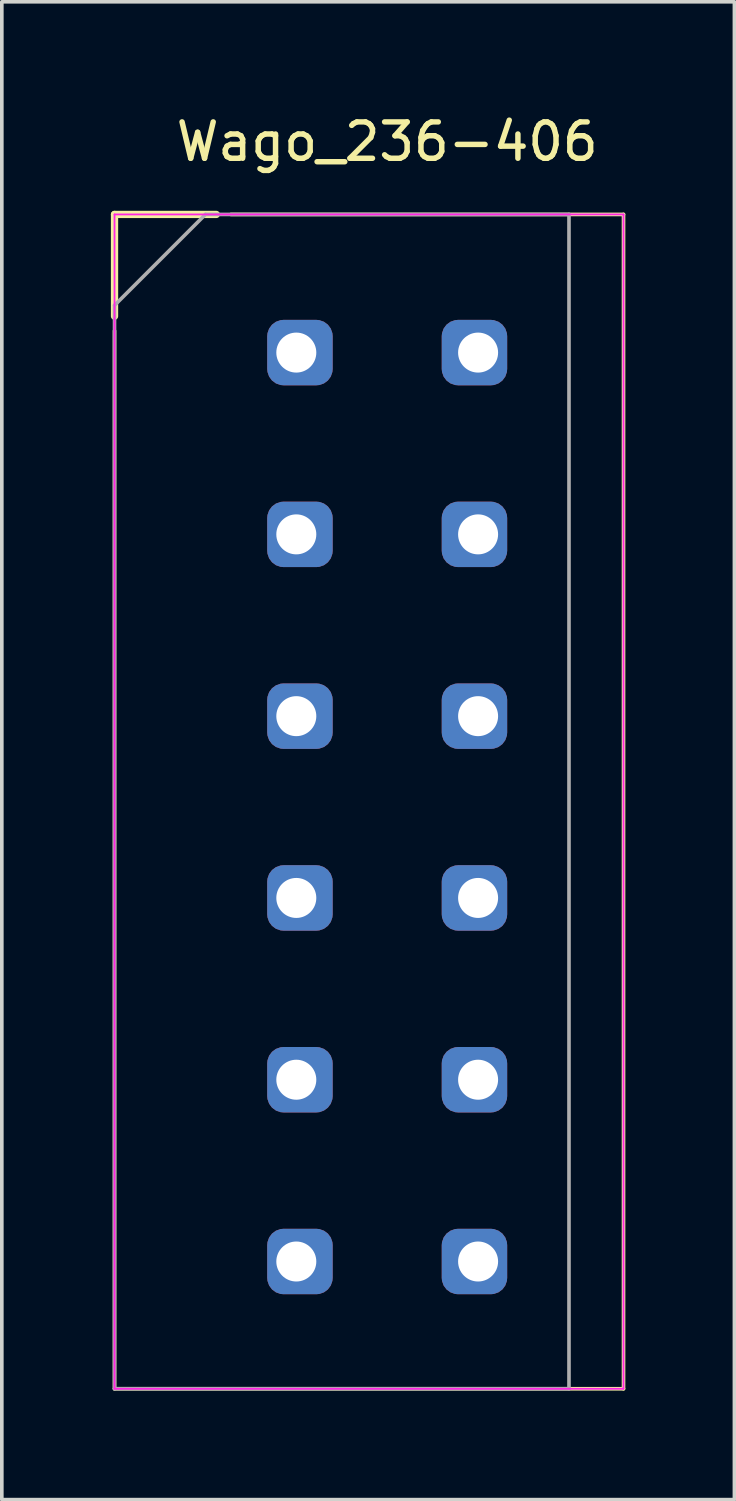
<source format=kicad_pcb>
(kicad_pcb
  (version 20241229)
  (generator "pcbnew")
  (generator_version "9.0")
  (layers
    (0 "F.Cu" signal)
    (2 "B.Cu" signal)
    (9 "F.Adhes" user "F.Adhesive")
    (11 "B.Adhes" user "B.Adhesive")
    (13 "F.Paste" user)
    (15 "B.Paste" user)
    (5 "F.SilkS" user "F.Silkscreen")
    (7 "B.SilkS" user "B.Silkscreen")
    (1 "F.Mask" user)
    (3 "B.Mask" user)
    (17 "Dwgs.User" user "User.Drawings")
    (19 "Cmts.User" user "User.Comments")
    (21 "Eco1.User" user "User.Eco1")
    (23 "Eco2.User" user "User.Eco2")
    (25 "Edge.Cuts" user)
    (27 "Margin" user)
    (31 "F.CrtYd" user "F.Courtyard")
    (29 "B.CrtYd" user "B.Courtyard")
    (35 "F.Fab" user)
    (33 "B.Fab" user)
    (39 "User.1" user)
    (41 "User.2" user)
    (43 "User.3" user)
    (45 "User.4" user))
  (footprint "Wago_236-406"
    (layer "F.Cu")
    (at 7.6 6.648)
    (property "Reference" "Wago_236-406" (at 0 -5.8 0) (layer "F.SilkS") (effects (font (size 1 1) (thickness 0.15))))
    (attr through_hole)
    (fp_line (start -7.5 -3.8) (end -7.5 -1) (stroke (width 0.2) (type solid)) (layer "F.SilkS"))
    (fp_line (start -7.5 -3.8) (end -4.7 -3.8) (stroke (width 0.2) (type solid)) (layer "F.SilkS"))
    (fp_line (start -7.5 28.5) (end -7.5 -0.6) (stroke (width 0.1) (type solid)) (layer "F.SilkS"))
    (fp_line (start -4.3 -3.8) (end 6.5 -3.8) (stroke (width 0.1) (type solid)) (layer "F.SilkS"))
    (fp_line (start 6.5 -3.8) (end 6.5 28.5) (stroke (width 0.1) (type solid)) (layer "F.SilkS"))
    (fp_line (start 6.5 28.5) (end -7.5 28.5) (stroke (width 0.1) (type solid)) (layer "F.SilkS"))
    (fp_line (start -7.5 -3.8) (end 6.5 -3.8) (stroke (width 0.05) (type solid)) (layer "F.CrtYd"))
    (fp_line (start -7.5 28.5) (end -7.5 -3.8) (stroke (width 0.05) (type solid)) (layer "F.CrtYd"))
    (fp_line (start 6.5 -3.8) (end 6.5 28.5) (stroke (width 0.05) (type solid)) (layer "F.CrtYd"))
    (fp_line (start 6.5 28.5) (end -7.5 28.5) (stroke (width 0.05) (type solid)) (layer "F.CrtYd"))
    (fp_line (start -7.5 -1.3) (end -5 -3.8) (stroke (width 0.1) (type solid)) (layer "F.Fab"))
    (fp_line (start -7.5 28.5) (end -7.5 -1.3) (stroke (width 0.1) (type solid)) (layer "F.Fab"))
    (fp_line (start -5 -3.8) (end 5 -3.8) (stroke (width 0.1) (type solid)) (layer "F.Fab"))
    (fp_line (start 5 -3.8) (end 5 28.5) (stroke (width 0.1) (type solid)) (layer "F.Fab"))
    (fp_line (start 5 28.5) (end -7.5 28.5) (stroke (width 0.1) (type solid)) (layer "F.Fab"))
    (pad "1" thru_hole roundrect (at -2.5 0) (size 1.8 1.8) (drill 1.1 (offset 0.1 0)) (layers "*.Cu" "*.Mask") (roundrect_rratio 0.25))
    (pad "1" thru_hole roundrect (at 2.5 0) (size 1.8 1.8) (drill 1.1 (offset -0.1 0)) (layers "*.Cu" "*.Mask") (roundrect_rratio 0.25))
    (pad "2" thru_hole roundrect (at -2.5 5) (size 1.8 1.8) (drill 1.1 (offset 0.1 0)) (layers "*.Cu" "*.Mask") (roundrect_rratio 0.25))
    (pad "2" thru_hole roundrect (at 2.5 5) (size 1.8 1.8) (drill 1.1 (offset -0.1 0)) (layers "*.Cu" "*.Mask") (roundrect_rratio 0.25))
    (pad "3" thru_hole roundrect (at -2.5 10) (size 1.8 1.8) (drill 1.1 (offset 0.1 0)) (layers "*.Cu" "*.Mask") (roundrect_rratio 0.25))
    (pad "3" thru_hole roundrect (at 2.5 10) (size 1.8 1.8) (drill 1.1 (offset -0.1 0)) (layers "*.Cu" "*.Mask") (roundrect_rratio 0.25))
    (pad "4" thru_hole roundrect (at -2.5 15) (size 1.8 1.8) (drill 1.1 (offset 0.1 0)) (layers "*.Cu" "*.Mask") (roundrect_rratio 0.25))
    (pad "4" thru_hole roundrect (at 2.5 15) (size 1.8 1.8) (drill 1.1 (offset -0.1 0)) (layers "*.Cu" "*.Mask") (roundrect_rratio 0.25))
    (pad "5" thru_hole roundrect (at -2.5 20) (size 1.8 1.8) (drill 1.1 (offset 0.1 0)) (layers "*.Cu" "*.Mask") (roundrect_rratio 0.25))
    (pad "5" thru_hole roundrect (at 2.5 20) (size 1.8 1.8) (drill 1.1 (offset -0.1 0)) (layers "*.Cu" "*.Mask") (roundrect_rratio 0.25))
    (pad "6" thru_hole roundrect (at -2.5 25) (size 1.8 1.8) (drill 1.1 (offset 0.1 0)) (layers "*.Cu" "*.Mask") (roundrect_rratio 0.25))
    (pad "6" thru_hole roundrect (at 2.5 25) (size 1.8 1.8) (drill 1.1 (offset -0.1 0)) (layers "*.Cu" "*.Mask") (roundrect_rratio 0.25)))
  (gr_rect
    (start -3 -3)
    (end 17.15 38.198)
    (stroke (width 0.1) (type default))
    (fill no)
    (layer "Edge.Cuts")))
</source>
